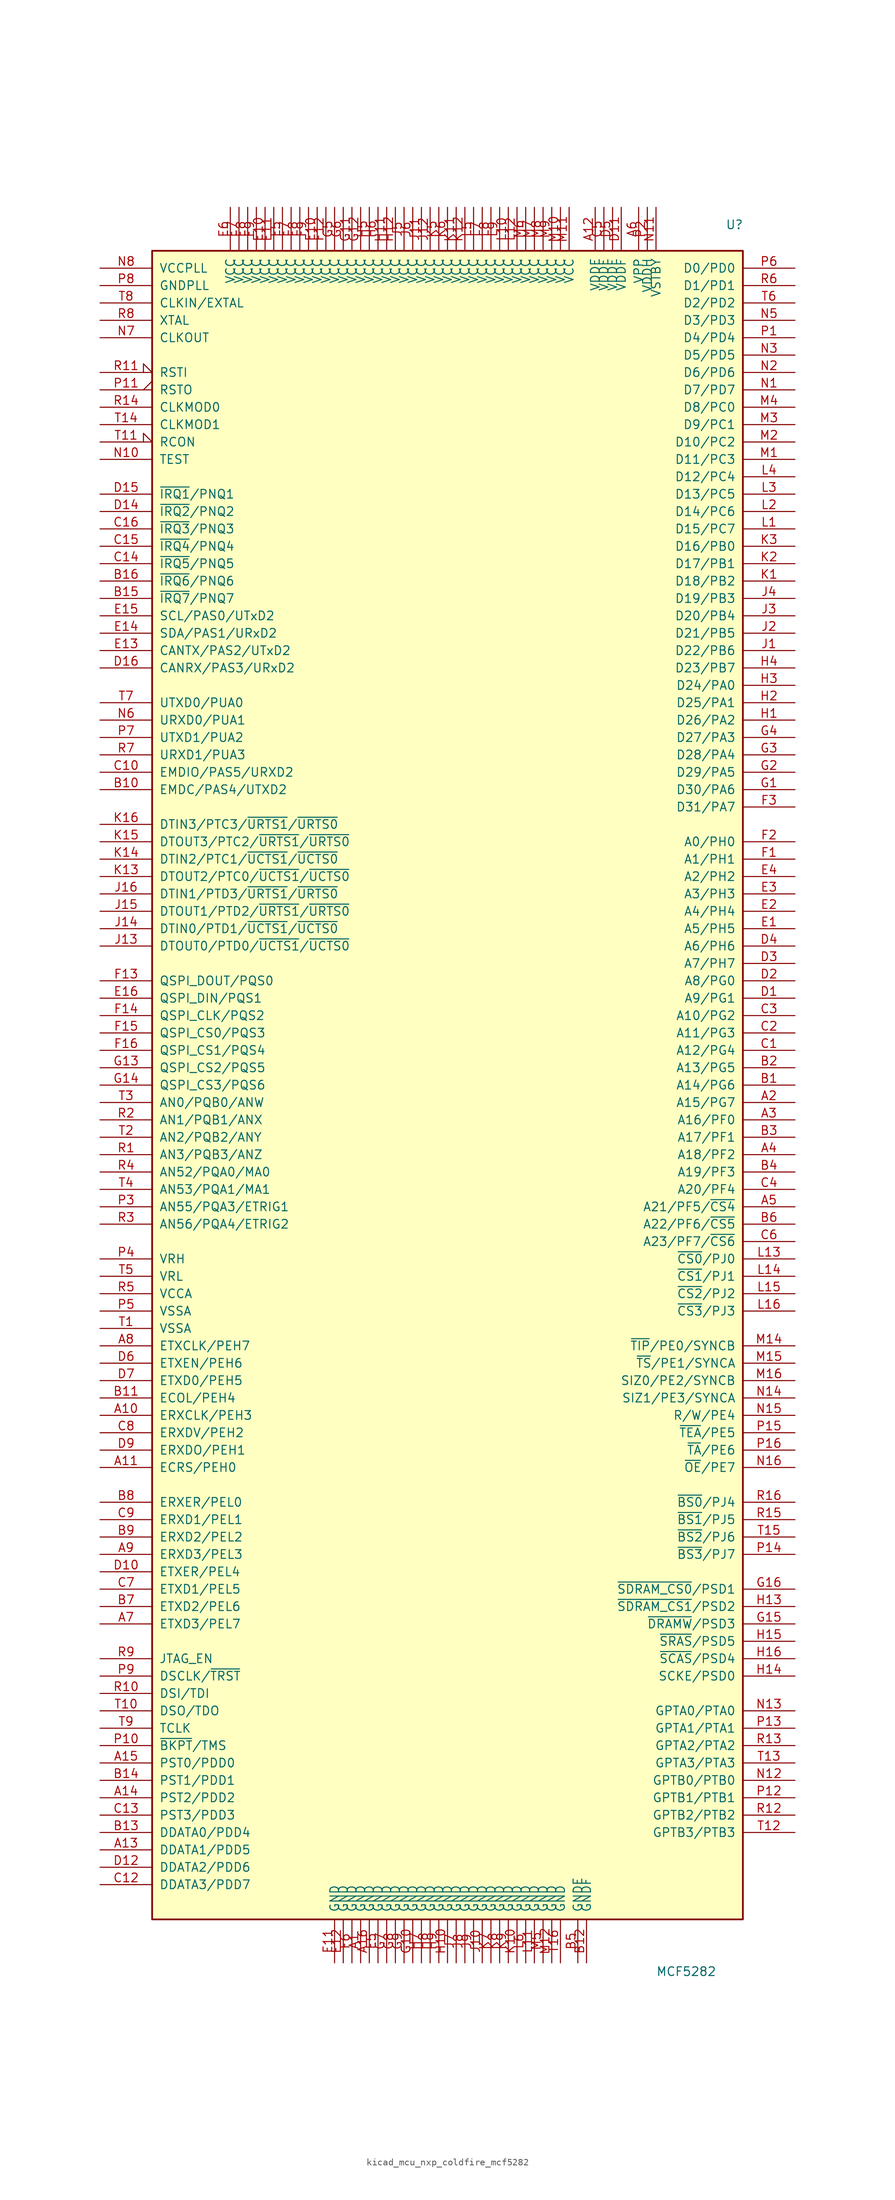
<source format=kicad_sym>
(kicad_symbol_lib
  (version 20220914)
  (generator kicad_symbol_editor)
  (symbol "kicad_mcu_nxp_coldfire_mcf5282"
    (pin_names
      (offset 1.016))
    (property "Reference" "U"
      (at 40.64 125.73 0)
      (effects (font (size 1.27 1.27)) (justify left)))
    (property "Value" "MCF5282"
      (at 30.48 -129.54 0)
      (effects (font (size 1.27 1.27)) (justify left)))
    (symbol "kicad_mcu_nxp_coldfire_mcf5282_0_1"
      (rectangle (start -43.18 121.92) (end 43.18 -121.92) (stroke (width 0.254) (type default)) (fill (type background))))
    (symbol "kicad_mcu_nxp_coldfire_mcf5282_1_1"
      (pin power_in line (at -12.7 -128.27 90) (length 6.35) (name "GND" (effects (font (size 1.27 1.27)))) (number "A1" (effects (font (size 1.27 1.27)))))
      (pin bidirectional line (at -50.8 -48.26 0) (length 7.62) (name "ERXCLK/PEH3" (effects (font (size 1.27 1.27)))) (number "A10" (effects (font (size 1.27 1.27)))))
      (pin bidirectional line (at -50.8 -55.88 0) (length 7.62) (name "ECRS/PEH0" (effects (font (size 1.27 1.27)))) (number "A11" (effects (font (size 1.27 1.27)))))
      (pin power_in line (at 21.59 128.27 270) (length 6.35) (name "VDDF" (effects (font (size 1.27 1.27)))) (number "A12" (effects (font (size 1.27 1.27)))))
      (pin output line (at -50.8 -111.76 0) (length 7.62) (name "DDATA1/PDD5" (effects (font (size 1.27 1.27)))) (number "A13" (effects (font (size 1.27 1.27)))))
      (pin output line (at -50.8 -104.14 0) (length 7.62) (name "PST2/PDD2" (effects (font (size 1.27 1.27)))) (number "A14" (effects (font (size 1.27 1.27)))))
      (pin output line (at -50.8 -99.06 0) (length 7.62) (name "PST0/PDD0" (effects (font (size 1.27 1.27)))) (number "A15" (effects (font (size 1.27 1.27)))))
      (pin power_in line (at -11.43 -128.27 90) (length 6.35) (name "GND" (effects (font (size 1.27 1.27)))) (number "A16" (effects (font (size 1.27 1.27)))))
      (pin bidirectional line (at 50.8 -2.54 180) (length 7.62) (name "A15/PG7" (effects (font (size 1.27 1.27)))) (number "A2" (effects (font (size 1.27 1.27)))))
      (pin bidirectional line (at 50.8 -5.08 180) (length 7.62) (name "A16/PF0" (effects (font (size 1.27 1.27)))) (number "A3" (effects (font (size 1.27 1.27)))))
      (pin bidirectional line (at 50.8 -10.16 180) (length 7.62) (name "A18/PF2" (effects (font (size 1.27 1.27)))) (number "A4" (effects (font (size 1.27 1.27)))))
      (pin bidirectional line (at 50.8 -17.78 180) (length 7.62) (name "A21/PF5/~{CS4}" (effects (font (size 1.27 1.27)))) (number "A5" (effects (font (size 1.27 1.27)))))
      (pin power_in line (at 27.94 128.27 270) (length 6.35) (name "VPP" (effects (font (size 1.27 1.27)))) (number "A6" (effects (font (size 1.27 1.27)))))
      (pin bidirectional line (at -50.8 -78.74 0) (length 7.62) (name "ETXD3/PEL7" (effects (font (size 1.27 1.27)))) (number "A7" (effects (font (size 1.27 1.27)))))
      (pin bidirectional line (at -50.8 -38.1 0) (length 7.62) (name "ETXCLK/PEH7" (effects (font (size 1.27 1.27)))) (number "A8" (effects (font (size 1.27 1.27)))))
      (pin bidirectional line (at -50.8 -68.58 0) (length 7.62) (name "ERXD3/PEL3" (effects (font (size 1.27 1.27)))) (number "A9" (effects (font (size 1.27 1.27)))))
      (pin bidirectional line (at 50.8 0 180) (length 7.62) (name "A14/PG6" (effects (font (size 1.27 1.27)))) (number "B1" (effects (font (size 1.27 1.27)))))
      (pin input line (at -50.8 43.18 0) (length 7.62) (name "EMDC/PAS4/UTXD2" (effects (font (size 1.27 1.27)))) (number "B10" (effects (font (size 1.27 1.27)))))
      (pin bidirectional line (at -50.8 -45.72 0) (length 7.62) (name "ECOL/PEH4" (effects (font (size 1.27 1.27)))) (number "B11" (effects (font (size 1.27 1.27)))))
      (pin power_in line (at 20.32 -128.27 90) (length 6.35) (name "GNDF" (effects (font (size 1.27 1.27)))) (number "B12" (effects (font (size 1.27 1.27)))))
      (pin output line (at -50.8 -109.22 0) (length 7.62) (name "DDATA0/PDD4" (effects (font (size 1.27 1.27)))) (number "B13" (effects (font (size 1.27 1.27)))))
      (pin output line (at -50.8 -101.6 0) (length 7.62) (name "PST1/PDD1" (effects (font (size 1.27 1.27)))) (number "B14" (effects (font (size 1.27 1.27)))))
      (pin bidirectional line (at -50.8 71.12 0) (length 7.62) (name "~{IRQ7}/PNQ7" (effects (font (size 1.27 1.27)))) (number "B15" (effects (font (size 1.27 1.27)))))
      (pin bidirectional line (at -50.8 73.66 0) (length 7.62) (name "~{IRQ6}/PNQ6" (effects (font (size 1.27 1.27)))) (number "B16" (effects (font (size 1.27 1.27)))))
      (pin bidirectional line (at 50.8 2.54 180) (length 7.62) (name "A13/PG5" (effects (font (size 1.27 1.27)))) (number "B2" (effects (font (size 1.27 1.27)))))
      (pin bidirectional line (at 50.8 -7.62 180) (length 7.62) (name "A17/PF1" (effects (font (size 1.27 1.27)))) (number "B3" (effects (font (size 1.27 1.27)))))
      (pin bidirectional line (at 50.8 -12.7 180) (length 7.62) (name "A19/PF3" (effects (font (size 1.27 1.27)))) (number "B4" (effects (font (size 1.27 1.27)))))
      (pin passive line (at 19.05 -128.27 90) (length 6.35) (name "GNDF" (effects (font (size 1.27 1.27)))) (number "B5" (effects (font (size 1.27 1.27)))))
      (pin bidirectional line (at 50.8 -20.32 180) (length 7.62) (name "A22/PF6/~{CS5}" (effects (font (size 1.27 1.27)))) (number "B6" (effects (font (size 1.27 1.27)))))
      (pin bidirectional line (at -50.8 -76.2 0) (length 7.62) (name "ETXD2/PEL6" (effects (font (size 1.27 1.27)))) (number "B7" (effects (font (size 1.27 1.27)))))
      (pin bidirectional line (at -50.8 -60.96 0) (length 7.62) (name "ERXER/PEL0" (effects (font (size 1.27 1.27)))) (number "B8" (effects (font (size 1.27 1.27)))))
      (pin bidirectional line (at -50.8 -66.04 0) (length 7.62) (name "ERXD2/PEL2" (effects (font (size 1.27 1.27)))) (number "B9" (effects (font (size 1.27 1.27)))))
      (pin bidirectional line (at 50.8 5.08 180) (length 7.62) (name "A12/PG4" (effects (font (size 1.27 1.27)))) (number "C1" (effects (font (size 1.27 1.27)))))
      (pin bidirectional line (at -50.8 45.72 0) (length 7.62) (name "EMDIO/PAS5/URXD2" (effects (font (size 1.27 1.27)))) (number "C10" (effects (font (size 1.27 1.27)))))
      (pin output line (at -50.8 -116.84 0) (length 7.62) (name "DDATA3/PDD7" (effects (font (size 1.27 1.27)))) (number "C12" (effects (font (size 1.27 1.27)))))
      (pin output line (at -50.8 -106.68 0) (length 7.62) (name "PST3/PDD3" (effects (font (size 1.27 1.27)))) (number "C13" (effects (font (size 1.27 1.27)))))
      (pin bidirectional line (at -50.8 76.2 0) (length 7.62) (name "~{IRQ5}/PNQ5" (effects (font (size 1.27 1.27)))) (number "C14" (effects (font (size 1.27 1.27)))))
      (pin bidirectional line (at -50.8 78.74 0) (length 7.62) (name "~{IRQ4}/PNQ4" (effects (font (size 1.27 1.27)))) (number "C15" (effects (font (size 1.27 1.27)))))
      (pin bidirectional line (at -50.8 81.28 0) (length 7.62) (name "~{IRQ3}/PNQ3" (effects (font (size 1.27 1.27)))) (number "C16" (effects (font (size 1.27 1.27)))))
      (pin bidirectional line (at 50.8 7.62 180) (length 7.62) (name "A11/PG3" (effects (font (size 1.27 1.27)))) (number "C2" (effects (font (size 1.27 1.27)))))
      (pin bidirectional line (at 50.8 10.16 180) (length 7.62) (name "A10/PG2" (effects (font (size 1.27 1.27)))) (number "C3" (effects (font (size 1.27 1.27)))))
      (pin bidirectional line (at 50.8 -15.24 180) (length 7.62) (name "A20/PF4" (effects (font (size 1.27 1.27)))) (number "C4" (effects (font (size 1.27 1.27)))))
      (pin power_in line (at 22.86 128.27 270) (length 6.35) (name "VDDF" (effects (font (size 1.27 1.27)))) (number "C5" (effects (font (size 1.27 1.27)))))
      (pin bidirectional line (at 50.8 -22.86 180) (length 7.62) (name "A23/PF7/~{CS6}" (effects (font (size 1.27 1.27)))) (number "C6" (effects (font (size 1.27 1.27)))))
      (pin bidirectional line (at -50.8 -73.66 0) (length 7.62) (name "ETXD1/PEL5" (effects (font (size 1.27 1.27)))) (number "C7" (effects (font (size 1.27 1.27)))))
      (pin bidirectional line (at -50.8 -50.8 0) (length 7.62) (name "ERXDV/PEH2" (effects (font (size 1.27 1.27)))) (number "C8" (effects (font (size 1.27 1.27)))))
      (pin bidirectional line (at -50.8 -63.5 0) (length 7.62) (name "ERXD1/PEL1" (effects (font (size 1.27 1.27)))) (number "C9" (effects (font (size 1.27 1.27)))))
      (pin bidirectional line (at 50.8 12.7 180) (length 7.62) (name "A9/PG1" (effects (font (size 1.27 1.27)))) (number "D1" (effects (font (size 1.27 1.27)))))
      (pin bidirectional line (at -50.8 -71.12 0) (length 7.62) (name "ETXER/PEL4" (effects (font (size 1.27 1.27)))) (number "D10" (effects (font (size 1.27 1.27)))))
      (pin power_in line (at 25.4 128.27 270) (length 6.35) (name "VDDF" (effects (font (size 1.27 1.27)))) (number "D11" (effects (font (size 1.27 1.27)))))
      (pin output line (at -50.8 -114.3 0) (length 7.62) (name "DDATA2/PDD6" (effects (font (size 1.27 1.27)))) (number "D12" (effects (font (size 1.27 1.27)))))
      (pin bidirectional line (at -50.8 83.82 0) (length 7.62) (name "~{IRQ2}/PNQ2" (effects (font (size 1.27 1.27)))) (number "D14" (effects (font (size 1.27 1.27)))))
      (pin bidirectional line (at -50.8 86.36 0) (length 7.62) (name "~{IRQ1}/PNQ1" (effects (font (size 1.27 1.27)))) (number "D15" (effects (font (size 1.27 1.27)))))
      (pin bidirectional line (at -50.8 60.96 0) (length 7.62) (name "CANRX/PAS3/URxD2" (effects (font (size 1.27 1.27)))) (number "D16" (effects (font (size 1.27 1.27)))))
      (pin bidirectional line (at 50.8 15.24 180) (length 7.62) (name "A8/PG0" (effects (font (size 1.27 1.27)))) (number "D2" (effects (font (size 1.27 1.27)))))
      (pin bidirectional line (at 50.8 17.78 180) (length 7.62) (name "A7/PH7" (effects (font (size 1.27 1.27)))) (number "D3" (effects (font (size 1.27 1.27)))))
      (pin bidirectional line (at 50.8 20.32 180) (length 7.62) (name "A6/PH6" (effects (font (size 1.27 1.27)))) (number "D4" (effects (font (size 1.27 1.27)))))
      (pin power_in line (at 24.13 128.27 270) (length 6.35) (name "VDDF" (effects (font (size 1.27 1.27)))) (number "D5" (effects (font (size 1.27 1.27)))))
      (pin bidirectional line (at -50.8 -40.64 0) (length 7.62) (name "ETXEN/PEH6" (effects (font (size 1.27 1.27)))) (number "D6" (effects (font (size 1.27 1.27)))))
      (pin bidirectional line (at -50.8 -43.18 0) (length 7.62) (name "ETXD0/PEH5" (effects (font (size 1.27 1.27)))) (number "D7" (effects (font (size 1.27 1.27)))))
      (pin bidirectional line (at -50.8 -53.34 0) (length 7.62) (name "ERXDO/PEH1" (effects (font (size 1.27 1.27)))) (number "D9" (effects (font (size 1.27 1.27)))))
      (pin bidirectional line (at 50.8 22.86 180) (length 7.62) (name "A5/PH5" (effects (font (size 1.27 1.27)))) (number "E1" (effects (font (size 1.27 1.27)))))
      (pin power_in line (at -26.67 128.27 270) (length 6.35) (name "VCC" (effects (font (size 1.27 1.27)))) (number "E10" (effects (font (size 1.27 1.27)))))
      (pin power_in line (at -25.4 128.27 270) (length 6.35) (name "VCC" (effects (font (size 1.27 1.27)))) (number "E11" (effects (font (size 1.27 1.27)))))
      (pin power_in line (at -15.24 -128.27 90) (length 6.35) (name "GND" (effects (font (size 1.27 1.27)))) (number "E12" (effects (font (size 1.27 1.27)))))
      (pin bidirectional line (at -50.8 63.5 0) (length 7.62) (name "CANTX/PAS2/UTxD2" (effects (font (size 1.27 1.27)))) (number "E13" (effects (font (size 1.27 1.27)))))
      (pin bidirectional line (at -50.8 66.04 0) (length 7.62) (name "SDA/PAS1/URxD2" (effects (font (size 1.27 1.27)))) (number "E14" (effects (font (size 1.27 1.27)))))
      (pin bidirectional line (at -50.8 68.58 0) (length 7.62) (name "SCL/PAS0/UTxD2" (effects (font (size 1.27 1.27)))) (number "E15" (effects (font (size 1.27 1.27)))))
      (pin bidirectional line (at -50.8 12.7 0) (length 7.62) (name "QSPI_DIN/PQS1" (effects (font (size 1.27 1.27)))) (number "E16" (effects (font (size 1.27 1.27)))))
      (pin bidirectional line (at 50.8 25.4 180) (length 7.62) (name "A4/PH4" (effects (font (size 1.27 1.27)))) (number "E2" (effects (font (size 1.27 1.27)))))
      (pin bidirectional line (at 50.8 27.94 180) (length 7.62) (name "A3/PH3" (effects (font (size 1.27 1.27)))) (number "E3" (effects (font (size 1.27 1.27)))))
      (pin bidirectional line (at 50.8 30.48 180) (length 7.62) (name "A2/PH2" (effects (font (size 1.27 1.27)))) (number "E4" (effects (font (size 1.27 1.27)))))
      (pin power_in line (at -10.16 -128.27 90) (length 6.35) (name "GND" (effects (font (size 1.27 1.27)))) (number "E5" (effects (font (size 1.27 1.27)))))
      (pin power_in line (at -31.75 128.27 270) (length 6.35) (name "VCC" (effects (font (size 1.27 1.27)))) (number "E6" (effects (font (size 1.27 1.27)))))
      (pin power_in line (at -30.48 128.27 270) (length 6.35) (name "VCC" (effects (font (size 1.27 1.27)))) (number "E7" (effects (font (size 1.27 1.27)))))
      (pin power_in line (at -29.21 128.27 270) (length 6.35) (name "VCC" (effects (font (size 1.27 1.27)))) (number "E8" (effects (font (size 1.27 1.27)))))
      (pin power_in line (at -27.94 128.27 270) (length 6.35) (name "VCC" (effects (font (size 1.27 1.27)))) (number "E9" (effects (font (size 1.27 1.27)))))
      (pin bidirectional line (at 50.8 33.02 180) (length 7.62) (name "A1/PH1" (effects (font (size 1.27 1.27)))) (number "F1" (effects (font (size 1.27 1.27)))))
      (pin power_in line (at -19.05 128.27 270) (length 6.35) (name "VCC" (effects (font (size 1.27 1.27)))) (number "F10" (effects (font (size 1.27 1.27)))))
      (pin power_in line (at -16.51 -128.27 90) (length 6.35) (name "GND" (effects (font (size 1.27 1.27)))) (number "F11" (effects (font (size 1.27 1.27)))))
      (pin power_in line (at -17.78 128.27 270) (length 6.35) (name "VCC" (effects (font (size 1.27 1.27)))) (number "F12" (effects (font (size 1.27 1.27)))))
      (pin bidirectional line (at -50.8 15.24 0) (length 7.62) (name "QSPI_DOUT/PQS0" (effects (font (size 1.27 1.27)))) (number "F13" (effects (font (size 1.27 1.27)))))
      (pin bidirectional line (at -50.8 10.16 0) (length 7.62) (name "QSPI_CLK/PQS2" (effects (font (size 1.27 1.27)))) (number "F14" (effects (font (size 1.27 1.27)))))
      (pin bidirectional line (at -50.8 7.62 0) (length 7.62) (name "QSPI_CS0/PQS3" (effects (font (size 1.27 1.27)))) (number "F15" (effects (font (size 1.27 1.27)))))
      (pin bidirectional line (at -50.8 5.08 0) (length 7.62) (name "QSPI_CS1/PQS4" (effects (font (size 1.27 1.27)))) (number "F16" (effects (font (size 1.27 1.27)))))
      (pin bidirectional line (at 50.8 35.56 180) (length 7.62) (name "A0/PH0" (effects (font (size 1.27 1.27)))) (number "F2" (effects (font (size 1.27 1.27)))))
      (pin bidirectional line (at 50.8 40.64 180) (length 7.62) (name "D31/PA7" (effects (font (size 1.27 1.27)))) (number "F3" (effects (font (size 1.27 1.27)))))
      (pin power_in line (at -24.13 128.27 270) (length 6.35) (name "VCC" (effects (font (size 1.27 1.27)))) (number "F5" (effects (font (size 1.27 1.27)))))
      (pin power_in line (at -13.97 -128.27 90) (length 6.35) (name "GND" (effects (font (size 1.27 1.27)))) (number "F6" (effects (font (size 1.27 1.27)))))
      (pin power_in line (at -22.86 128.27 270) (length 6.35) (name "VCC" (effects (font (size 1.27 1.27)))) (number "F7" (effects (font (size 1.27 1.27)))))
      (pin power_in line (at -21.59 128.27 270) (length 6.35) (name "VCC" (effects (font (size 1.27 1.27)))) (number "F8" (effects (font (size 1.27 1.27)))))
      (pin power_in line (at -20.32 128.27 270) (length 6.35) (name "VCC" (effects (font (size 1.27 1.27)))) (number "F9" (effects (font (size 1.27 1.27)))))
      (pin bidirectional line (at 50.8 43.18 180) (length 7.62) (name "D30/PA6" (effects (font (size 1.27 1.27)))) (number "G1" (effects (font (size 1.27 1.27)))))
      (pin power_in line (at -5.08 -128.27 90) (length 6.35) (name "GND" (effects (font (size 1.27 1.27)))) (number "G10" (effects (font (size 1.27 1.27)))))
      (pin power_in line (at -13.97 128.27 270) (length 6.35) (name "VCC" (effects (font (size 1.27 1.27)))) (number "G11" (effects (font (size 1.27 1.27)))))
      (pin power_in line (at -12.7 128.27 270) (length 6.35) (name "VCC" (effects (font (size 1.27 1.27)))) (number "G12" (effects (font (size 1.27 1.27)))))
      (pin bidirectional line (at -50.8 2.54 0) (length 7.62) (name "QSPI_CS2/PQS5" (effects (font (size 1.27 1.27)))) (number "G13" (effects (font (size 1.27 1.27)))))
      (pin bidirectional line (at -50.8 0 0) (length 7.62) (name "QSPI_CS3/PQS6" (effects (font (size 1.27 1.27)))) (number "G14" (effects (font (size 1.27 1.27)))))
      (pin bidirectional line (at 50.8 -78.74 180) (length 7.62) (name "~{DRAMW}/PSD3" (effects (font (size 1.27 1.27)))) (number "G15" (effects (font (size 1.27 1.27)))))
      (pin bidirectional line (at 50.8 -73.66 180) (length 7.62) (name "~{SDRAM_CS0}/PSD1" (effects (font (size 1.27 1.27)))) (number "G16" (effects (font (size 1.27 1.27)))))
      (pin bidirectional line (at 50.8 45.72 180) (length 7.62) (name "D29/PA5" (effects (font (size 1.27 1.27)))) (number "G2" (effects (font (size 1.27 1.27)))))
      (pin bidirectional line (at 50.8 48.26 180) (length 7.62) (name "D28/PA4" (effects (font (size 1.27 1.27)))) (number "G3" (effects (font (size 1.27 1.27)))))
      (pin bidirectional line (at 50.8 50.8 180) (length 7.62) (name "D27/PA3" (effects (font (size 1.27 1.27)))) (number "G4" (effects (font (size 1.27 1.27)))))
      (pin power_in line (at -16.51 128.27 270) (length 6.35) (name "VCC" (effects (font (size 1.27 1.27)))) (number "G5" (effects (font (size 1.27 1.27)))))
      (pin power_in line (at -15.24 128.27 270) (length 6.35) (name "VCC" (effects (font (size 1.27 1.27)))) (number "G6" (effects (font (size 1.27 1.27)))))
      (pin power_in line (at -8.89 -128.27 90) (length 6.35) (name "GND" (effects (font (size 1.27 1.27)))) (number "G7" (effects (font (size 1.27 1.27)))))
      (pin power_in line (at -7.62 -128.27 90) (length 6.35) (name "GND" (effects (font (size 1.27 1.27)))) (number "G8" (effects (font (size 1.27 1.27)))))
      (pin power_in line (at -6.35 -128.27 90) (length 6.35) (name "GND" (effects (font (size 1.27 1.27)))) (number "G9" (effects (font (size 1.27 1.27)))))
      (pin bidirectional line (at 50.8 53.34 180) (length 7.62) (name "D26/PA2" (effects (font (size 1.27 1.27)))) (number "H1" (effects (font (size 1.27 1.27)))))
      (pin power_in line (at 0 -128.27 90) (length 6.35) (name "GND" (effects (font (size 1.27 1.27)))) (number "H10" (effects (font (size 1.27 1.27)))))
      (pin power_in line (at -8.89 128.27 270) (length 6.35) (name "VCC" (effects (font (size 1.27 1.27)))) (number "H11" (effects (font (size 1.27 1.27)))))
      (pin power_in line (at -7.62 128.27 270) (length 6.35) (name "VCC" (effects (font (size 1.27 1.27)))) (number "H12" (effects (font (size 1.27 1.27)))))
      (pin output line (at 50.8 -76.2 180) (length 7.62) (name "~{SDRAM_CS1}/PSD2" (effects (font (size 1.27 1.27)))) (number "H13" (effects (font (size 1.27 1.27)))))
      (pin bidirectional line (at 50.8 -86.36 180) (length 7.62) (name "SCKE/PSD0" (effects (font (size 1.27 1.27)))) (number "H14" (effects (font (size 1.27 1.27)))))
      (pin bidirectional line (at 50.8 -81.28 180) (length 7.62) (name "~{SRAS}/PSD5" (effects (font (size 1.27 1.27)))) (number "H15" (effects (font (size 1.27 1.27)))))
      (pin bidirectional line (at 50.8 -83.82 180) (length 7.62) (name "~{SCAS}/PSD4" (effects (font (size 1.27 1.27)))) (number "H16" (effects (font (size 1.27 1.27)))))
      (pin bidirectional line (at 50.8 55.88 180) (length 7.62) (name "D25/PA1" (effects (font (size 1.27 1.27)))) (number "H2" (effects (font (size 1.27 1.27)))))
      (pin bidirectional line (at 50.8 58.42 180) (length 7.62) (name "D24/PA0" (effects (font (size 1.27 1.27)))) (number "H3" (effects (font (size 1.27 1.27)))))
      (pin bidirectional line (at 50.8 60.96 180) (length 7.62) (name "D23/PB7" (effects (font (size 1.27 1.27)))) (number "H4" (effects (font (size 1.27 1.27)))))
      (pin power_in line (at -11.43 128.27 270) (length 6.35) (name "VCC" (effects (font (size 1.27 1.27)))) (number "H5" (effects (font (size 1.27 1.27)))))
      (pin power_in line (at -10.16 128.27 270) (length 6.35) (name "VCC" (effects (font (size 1.27 1.27)))) (number "H6" (effects (font (size 1.27 1.27)))))
      (pin power_in line (at -3.81 -128.27 90) (length 6.35) (name "GND" (effects (font (size 1.27 1.27)))) (number "H7" (effects (font (size 1.27 1.27)))))
      (pin power_in line (at -2.54 -128.27 90) (length 6.35) (name "GND" (effects (font (size 1.27 1.27)))) (number "H8" (effects (font (size 1.27 1.27)))))
      (pin power_in line (at -1.27 -128.27 90) (length 6.35) (name "GND" (effects (font (size 1.27 1.27)))) (number "H9" (effects (font (size 1.27 1.27)))))
      (pin bidirectional line (at 50.8 63.5 180) (length 7.62) (name "D22/PB6" (effects (font (size 1.27 1.27)))) (number "J1" (effects (font (size 1.27 1.27)))))
      (pin power_in line (at 5.08 -128.27 90) (length 6.35) (name "GND" (effects (font (size 1.27 1.27)))) (number "J10" (effects (font (size 1.27 1.27)))))
      (pin power_in line (at -3.81 128.27 270) (length 6.35) (name "VCC" (effects (font (size 1.27 1.27)))) (number "J11" (effects (font (size 1.27 1.27)))))
      (pin power_in line (at -2.54 128.27 270) (length 6.35) (name "VCC" (effects (font (size 1.27 1.27)))) (number "J12" (effects (font (size 1.27 1.27)))))
      (pin input line (at -50.8 20.32 0) (length 7.62) (name "DTOUT0/PTD0/~{UCTS1}/~{UCTS0}" (effects (font (size 1.27 1.27)))) (number "J13" (effects (font (size 1.27 1.27)))))
      (pin bidirectional line (at -50.8 22.86 0) (length 7.62) (name "DTIN0/PTD1/~{UCTS1}/~{UCTS0}" (effects (font (size 1.27 1.27)))) (number "J14" (effects (font (size 1.27 1.27)))))
      (pin bidirectional line (at -50.8 25.4 0) (length 7.62) (name "DTOUT1/PTD2/~{URTS1}/~{URTS0}" (effects (font (size 1.27 1.27)))) (number "J15" (effects (font (size 1.27 1.27)))))
      (pin bidirectional line (at -50.8 27.94 0) (length 7.62) (name "DTIN1/PTD3/~{URTS1}/~{URTS0}" (effects (font (size 1.27 1.27)))) (number "J16" (effects (font (size 1.27 1.27)))))
      (pin bidirectional line (at 50.8 66.04 180) (length 7.62) (name "D21/PB5" (effects (font (size 1.27 1.27)))) (number "J2" (effects (font (size 1.27 1.27)))))
      (pin bidirectional line (at 50.8 68.58 180) (length 7.62) (name "D20/PB4" (effects (font (size 1.27 1.27)))) (number "J3" (effects (font (size 1.27 1.27)))))
      (pin bidirectional line (at 50.8 71.12 180) (length 7.62) (name "D19/PB3" (effects (font (size 1.27 1.27)))) (number "J4" (effects (font (size 1.27 1.27)))))
      (pin power_in line (at -6.35 128.27 270) (length 6.35) (name "VCC" (effects (font (size 1.27 1.27)))) (number "J5" (effects (font (size 1.27 1.27)))))
      (pin power_in line (at -5.08 128.27 270) (length 6.35) (name "VCC" (effects (font (size 1.27 1.27)))) (number "J6" (effects (font (size 1.27 1.27)))))
      (pin power_in line (at 1.27 -128.27 90) (length 6.35) (name "GND" (effects (font (size 1.27 1.27)))) (number "J7" (effects (font (size 1.27 1.27)))))
      (pin power_in line (at 2.54 -128.27 90) (length 6.35) (name "GND" (effects (font (size 1.27 1.27)))) (number "J8" (effects (font (size 1.27 1.27)))))
      (pin power_in line (at 3.81 -128.27 90) (length 6.35) (name "GND" (effects (font (size 1.27 1.27)))) (number "J9" (effects (font (size 1.27 1.27)))))
      (pin bidirectional line (at 50.8 73.66 180) (length 7.62) (name "D18/PB2" (effects (font (size 1.27 1.27)))) (number "K1" (effects (font (size 1.27 1.27)))))
      (pin power_in line (at 10.16 -128.27 90) (length 6.35) (name "GND" (effects (font (size 1.27 1.27)))) (number "K10" (effects (font (size 1.27 1.27)))))
      (pin power_in line (at 1.27 128.27 270) (length 6.35) (name "VCC" (effects (font (size 1.27 1.27)))) (number "K11" (effects (font (size 1.27 1.27)))))
      (pin power_in line (at 2.54 128.27 270) (length 6.35) (name "VCC" (effects (font (size 1.27 1.27)))) (number "K12" (effects (font (size 1.27 1.27)))))
      (pin bidirectional line (at -50.8 30.48 0) (length 7.62) (name "DTOUT2/PTC0/~{UCTS1}/~{UCTS0}" (effects (font (size 1.27 1.27)))) (number "K13" (effects (font (size 1.27 1.27)))))
      (pin bidirectional line (at -50.8 33.02 0) (length 7.62) (name "DTIN2/PTC1/~{UCTS1}/~{UCTS0}" (effects (font (size 1.27 1.27)))) (number "K14" (effects (font (size 1.27 1.27)))))
      (pin bidirectional line (at -50.8 35.56 0) (length 7.62) (name "DTOUT3/PTC2/~{URTS1}/~{URTS0}" (effects (font (size 1.27 1.27)))) (number "K15" (effects (font (size 1.27 1.27)))))
      (pin bidirectional line (at -50.8 38.1 0) (length 7.62) (name "DTIN3/PTC3/~{URTS1}/~{URTS0}" (effects (font (size 1.27 1.27)))) (number "K16" (effects (font (size 1.27 1.27)))))
      (pin bidirectional line (at 50.8 76.2 180) (length 7.62) (name "D17/PB1" (effects (font (size 1.27 1.27)))) (number "K2" (effects (font (size 1.27 1.27)))))
      (pin bidirectional line (at 50.8 78.74 180) (length 7.62) (name "D16/PB0" (effects (font (size 1.27 1.27)))) (number "K3" (effects (font (size 1.27 1.27)))))
      (pin power_in line (at -1.27 128.27 270) (length 6.35) (name "VCC" (effects (font (size 1.27 1.27)))) (number "K5" (effects (font (size 1.27 1.27)))))
      (pin power_in line (at 0 128.27 270) (length 6.35) (name "VCC" (effects (font (size 1.27 1.27)))) (number "K6" (effects (font (size 1.27 1.27)))))
      (pin power_in line (at 6.35 -128.27 90) (length 6.35) (name "GND" (effects (font (size 1.27 1.27)))) (number "K7" (effects (font (size 1.27 1.27)))))
      (pin power_in line (at 7.62 -128.27 90) (length 6.35) (name "GND" (effects (font (size 1.27 1.27)))) (number "K8" (effects (font (size 1.27 1.27)))))
      (pin power_in line (at 8.89 -128.27 90) (length 6.35) (name "GND" (effects (font (size 1.27 1.27)))) (number "K9" (effects (font (size 1.27 1.27)))))
      (pin bidirectional line (at 50.8 81.28 180) (length 7.62) (name "D15/PC7" (effects (font (size 1.27 1.27)))) (number "L1" (effects (font (size 1.27 1.27)))))
      (pin power_in line (at 8.89 128.27 270) (length 6.35) (name "VCC" (effects (font (size 1.27 1.27)))) (number "L10" (effects (font (size 1.27 1.27)))))
      (pin power_in line (at 12.7 -128.27 90) (length 6.35) (name "GND" (effects (font (size 1.27 1.27)))) (number "L11" (effects (font (size 1.27 1.27)))))
      (pin power_in line (at 10.16 128.27 270) (length 6.35) (name "VCC" (effects (font (size 1.27 1.27)))) (number "L12" (effects (font (size 1.27 1.27)))))
      (pin bidirectional line (at 50.8 -25.4 180) (length 7.62) (name "~{CS0}/PJ0" (effects (font (size 1.27 1.27)))) (number "L13" (effects (font (size 1.27 1.27)))))
      (pin bidirectional line (at 50.8 -27.94 180) (length 7.62) (name "~{CS1}/PJ1" (effects (font (size 1.27 1.27)))) (number "L14" (effects (font (size 1.27 1.27)))))
      (pin bidirectional line (at 50.8 -30.48 180) (length 7.62) (name "~{CS2}/PJ2" (effects (font (size 1.27 1.27)))) (number "L15" (effects (font (size 1.27 1.27)))))
      (pin bidirectional line (at 50.8 -33.02 180) (length 7.62) (name "~{CS3}/PJ3" (effects (font (size 1.27 1.27)))) (number "L16" (effects (font (size 1.27 1.27)))))
      (pin bidirectional line (at 50.8 83.82 180) (length 7.62) (name "D14/PC6" (effects (font (size 1.27 1.27)))) (number "L2" (effects (font (size 1.27 1.27)))))
      (pin bidirectional line (at 50.8 86.36 180) (length 7.62) (name "D13/PC5" (effects (font (size 1.27 1.27)))) (number "L3" (effects (font (size 1.27 1.27)))))
      (pin bidirectional line (at 50.8 88.9 180) (length 7.62) (name "D12/PC4" (effects (font (size 1.27 1.27)))) (number "L4" (effects (font (size 1.27 1.27)))))
      (pin power_in line (at 3.81 128.27 270) (length 6.35) (name "VCC" (effects (font (size 1.27 1.27)))) (number "L5" (effects (font (size 1.27 1.27)))))
      (pin power_in line (at 11.43 -128.27 90) (length 6.35) (name "GND" (effects (font (size 1.27 1.27)))) (number "L6" (effects (font (size 1.27 1.27)))))
      (pin power_in line (at 5.08 128.27 270) (length 6.35) (name "VCC" (effects (font (size 1.27 1.27)))) (number "L7" (effects (font (size 1.27 1.27)))))
      (pin power_in line (at 6.35 128.27 270) (length 6.35) (name "VCC" (effects (font (size 1.27 1.27)))) (number "L8" (effects (font (size 1.27 1.27)))))
      (pin power_in line (at 7.62 128.27 270) (length 6.35) (name "VCC" (effects (font (size 1.27 1.27)))) (number "L9" (effects (font (size 1.27 1.27)))))
      (pin bidirectional line (at 50.8 91.44 180) (length 7.62) (name "D11/PC3" (effects (font (size 1.27 1.27)))) (number "M1" (effects (font (size 1.27 1.27)))))
      (pin power_in line (at 16.51 128.27 270) (length 6.35) (name "VCC" (effects (font (size 1.27 1.27)))) (number "M10" (effects (font (size 1.27 1.27)))))
      (pin power_in line (at 17.78 128.27 270) (length 6.35) (name "VCC" (effects (font (size 1.27 1.27)))) (number "M11" (effects (font (size 1.27 1.27)))))
      (pin power_in line (at 15.24 -128.27 90) (length 6.35) (name "GND" (effects (font (size 1.27 1.27)))) (number "M12" (effects (font (size 1.27 1.27)))))
      (pin bidirectional line (at 50.8 -38.1 180) (length 7.62) (name "~{TIP}/PE0/SYNCB" (effects (font (size 1.27 1.27)))) (number "M14" (effects (font (size 1.27 1.27)))))
      (pin bidirectional line (at 50.8 -40.64 180) (length 7.62) (name "~{TS}/PE1/SYNCA" (effects (font (size 1.27 1.27)))) (number "M15" (effects (font (size 1.27 1.27)))))
      (pin bidirectional line (at 50.8 -43.18 180) (length 7.62) (name "SIZ0/PE2/SYNCB" (effects (font (size 1.27 1.27)))) (number "M16" (effects (font (size 1.27 1.27)))))
      (pin bidirectional line (at 50.8 93.98 180) (length 7.62) (name "D10/PC2" (effects (font (size 1.27 1.27)))) (number "M2" (effects (font (size 1.27 1.27)))))
      (pin bidirectional line (at 50.8 96.52 180) (length 7.62) (name "D9/PC1" (effects (font (size 1.27 1.27)))) (number "M3" (effects (font (size 1.27 1.27)))))
      (pin bidirectional line (at 50.8 99.06 180) (length 7.62) (name "D8/PC0" (effects (font (size 1.27 1.27)))) (number "M4" (effects (font (size 1.27 1.27)))))
      (pin power_in line (at 13.97 -128.27 90) (length 6.35) (name "GND" (effects (font (size 1.27 1.27)))) (number "M5" (effects (font (size 1.27 1.27)))))
      (pin power_in line (at 11.43 128.27 270) (length 6.35) (name "VCC" (effects (font (size 1.27 1.27)))) (number "M6" (effects (font (size 1.27 1.27)))))
      (pin power_in line (at 12.7 128.27 270) (length 6.35) (name "VCC" (effects (font (size 1.27 1.27)))) (number "M7" (effects (font (size 1.27 1.27)))))
      (pin power_in line (at 13.97 128.27 270) (length 6.35) (name "VCC" (effects (font (size 1.27 1.27)))) (number "M8" (effects (font (size 1.27 1.27)))))
      (pin power_in line (at 15.24 128.27 270) (length 6.35) (name "VCC" (effects (font (size 1.27 1.27)))) (number "M9" (effects (font (size 1.27 1.27)))))
      (pin bidirectional line (at 50.8 101.6 180) (length 7.62) (name "D7/PD7" (effects (font (size 1.27 1.27)))) (number "N1" (effects (font (size 1.27 1.27)))))
      (pin input line (at -50.8 91.44 0) (length 7.62) (name "TEST" (effects (font (size 1.27 1.27)))) (number "N10" (effects (font (size 1.27 1.27)))))
      (pin power_in line (at 30.48 128.27 270) (length 6.35) (name "VSTBY" (effects (font (size 1.27 1.27)))) (number "N11" (effects (font (size 1.27 1.27)))))
      (pin bidirectional line (at 50.8 -101.6 180) (length 7.62) (name "GPTB0/PTB0" (effects (font (size 1.27 1.27)))) (number "N12" (effects (font (size 1.27 1.27)))))
      (pin bidirectional line (at 50.8 -91.44 180) (length 7.62) (name "GPTA0/PTA0" (effects (font (size 1.27 1.27)))) (number "N13" (effects (font (size 1.27 1.27)))))
      (pin bidirectional line (at 50.8 -45.72 180) (length 7.62) (name "SIZ1/PE3/SYNCA" (effects (font (size 1.27 1.27)))) (number "N14" (effects (font (size 1.27 1.27)))))
      (pin bidirectional line (at 50.8 -48.26 180) (length 7.62) (name "R/W/PE4" (effects (font (size 1.27 1.27)))) (number "N15" (effects (font (size 1.27 1.27)))))
      (pin bidirectional line (at 50.8 -55.88 180) (length 7.62) (name "~{OE}/PE7" (effects (font (size 1.27 1.27)))) (number "N16" (effects (font (size 1.27 1.27)))))
      (pin bidirectional line (at 50.8 104.14 180) (length 7.62) (name "D6/PD6" (effects (font (size 1.27 1.27)))) (number "N2" (effects (font (size 1.27 1.27)))))
      (pin bidirectional line (at 50.8 106.68 180) (length 7.62) (name "D5/PD5" (effects (font (size 1.27 1.27)))) (number "N3" (effects (font (size 1.27 1.27)))))
      (pin bidirectional line (at 50.8 111.76 180) (length 7.62) (name "D3/PD3" (effects (font (size 1.27 1.27)))) (number "N5" (effects (font (size 1.27 1.27)))))
      (pin bidirectional line (at -50.8 53.34 0) (length 7.62) (name "URXD0/PUA1" (effects (font (size 1.27 1.27)))) (number "N6" (effects (font (size 1.27 1.27)))))
      (pin output line (at -50.8 109.22 0) (length 7.62) (name "CLKOUT" (effects (font (size 1.27 1.27)))) (number "N7" (effects (font (size 1.27 1.27)))))
      (pin passive line (at -50.8 119.38 0) (length 7.62) (name "VCCPLL" (effects (font (size 1.27 1.27)))) (number "N8" (effects (font (size 1.27 1.27)))))
      (pin bidirectional line (at 50.8 109.22 180) (length 7.62) (name "D4/PD4" (effects (font (size 1.27 1.27)))) (number "P1" (effects (font (size 1.27 1.27)))))
      (pin input line (at -50.8 -96.52 0) (length 7.62) (name "~{BKPT}/TMS" (effects (font (size 1.27 1.27)))) (number "P10" (effects (font (size 1.27 1.27)))))
      (pin output output_low (at -50.8 101.6 0) (length 7.62) (name "RSTO" (effects (font (size 1.27 1.27)))) (number "P11" (effects (font (size 1.27 1.27)))))
      (pin bidirectional line (at 50.8 -104.14 180) (length 7.62) (name "GPTB1/PTB1" (effects (font (size 1.27 1.27)))) (number "P12" (effects (font (size 1.27 1.27)))))
      (pin bidirectional line (at 50.8 -93.98 180) (length 7.62) (name "GPTA1/PTA1" (effects (font (size 1.27 1.27)))) (number "P13" (effects (font (size 1.27 1.27)))))
      (pin bidirectional line (at 50.8 -68.58 180) (length 7.62) (name "~{BS3}/PJ7" (effects (font (size 1.27 1.27)))) (number "P14" (effects (font (size 1.27 1.27)))))
      (pin bidirectional line (at 50.8 -50.8 180) (length 7.62) (name "~{TEA}/PE5" (effects (font (size 1.27 1.27)))) (number "P15" (effects (font (size 1.27 1.27)))))
      (pin bidirectional line (at 50.8 -53.34 180) (length 7.62) (name "~{TA}/PE6" (effects (font (size 1.27 1.27)))) (number "P16" (effects (font (size 1.27 1.27)))))
      (pin power_in line (at 29.21 128.27 270) (length 6.35) (name "VDDH" (effects (font (size 1.27 1.27)))) (number "P2" (effects (font (size 1.27 1.27)))))
      (pin bidirectional line (at -50.8 -17.78 0) (length 7.62) (name "AN55/PQA3/ETRIG1" (effects (font (size 1.27 1.27)))) (number "P3" (effects (font (size 1.27 1.27)))))
      (pin input line (at -50.8 -25.4 0) (length 7.62) (name "VRH" (effects (font (size 1.27 1.27)))) (number "P4" (effects (font (size 1.27 1.27)))))
      (pin input line (at -50.8 -33.02 0) (length 7.62) (name "VSSA" (effects (font (size 1.27 1.27)))) (number "P5" (effects (font (size 1.27 1.27)))))
      (pin bidirectional line (at 50.8 119.38 180) (length 7.62) (name "D0/PD0" (effects (font (size 1.27 1.27)))) (number "P6" (effects (font (size 1.27 1.27)))))
      (pin bidirectional line (at -50.8 50.8 0) (length 7.62) (name "UTXD1/PUA2" (effects (font (size 1.27 1.27)))) (number "P7" (effects (font (size 1.27 1.27)))))
      (pin passive line (at -50.8 116.84 0) (length 7.62) (name "GNDPLL" (effects (font (size 1.27 1.27)))) (number "P8" (effects (font (size 1.27 1.27)))))
      (pin input line (at -50.8 -86.36 0) (length 7.62) (name "DSCLK/~{TRST}" (effects (font (size 1.27 1.27)))) (number "P9" (effects (font (size 1.27 1.27)))))
      (pin bidirectional line (at -50.8 -10.16 0) (length 7.62) (name "AN3/PQB3/ANZ" (effects (font (size 1.27 1.27)))) (number "R1" (effects (font (size 1.27 1.27)))))
      (pin input line (at -50.8 -88.9 0) (length 7.62) (name "DSI/TDI" (effects (font (size 1.27 1.27)))) (number "R10" (effects (font (size 1.27 1.27)))))
      (pin input input_low (at -50.8 104.14 0) (length 7.62) (name "RSTI" (effects (font (size 1.27 1.27)))) (number "R11" (effects (font (size 1.27 1.27)))))
      (pin bidirectional line (at 50.8 -106.68 180) (length 7.62) (name "GPTB2/PTB2" (effects (font (size 1.27 1.27)))) (number "R12" (effects (font (size 1.27 1.27)))))
      (pin bidirectional line (at 50.8 -96.52 180) (length 7.62) (name "GPTA2/PTA2" (effects (font (size 1.27 1.27)))) (number "R13" (effects (font (size 1.27 1.27)))))
      (pin input line (at -50.8 99.06 0) (length 7.62) (name "CLKMOD0" (effects (font (size 1.27 1.27)))) (number "R14" (effects (font (size 1.27 1.27)))))
      (pin bidirectional line (at 50.8 -63.5 180) (length 7.62) (name "~{BS1}/PJ5" (effects (font (size 1.27 1.27)))) (number "R15" (effects (font (size 1.27 1.27)))))
      (pin bidirectional line (at 50.8 -60.96 180) (length 7.62) (name "~{BS0}/PJ4" (effects (font (size 1.27 1.27)))) (number "R16" (effects (font (size 1.27 1.27)))))
      (pin bidirectional line (at -50.8 -5.08 0) (length 7.62) (name "AN1/PQB1/ANX" (effects (font (size 1.27 1.27)))) (number "R2" (effects (font (size 1.27 1.27)))))
      (pin bidirectional line (at -50.8 -20.32 0) (length 7.62) (name "AN56/PQA4/ETRIG2" (effects (font (size 1.27 1.27)))) (number "R3" (effects (font (size 1.27 1.27)))))
      (pin bidirectional line (at -50.8 -12.7 0) (length 7.62) (name "AN52/PQA0/MA0" (effects (font (size 1.27 1.27)))) (number "R4" (effects (font (size 1.27 1.27)))))
      (pin input line (at -50.8 -30.48 0) (length 7.62) (name "VCCA" (effects (font (size 1.27 1.27)))) (number "R5" (effects (font (size 1.27 1.27)))))
      (pin bidirectional line (at 50.8 116.84 180) (length 7.62) (name "D1/PD1" (effects (font (size 1.27 1.27)))) (number "R6" (effects (font (size 1.27 1.27)))))
      (pin bidirectional line (at -50.8 48.26 0) (length 7.62) (name "URXD1/PUA3" (effects (font (size 1.27 1.27)))) (number "R7" (effects (font (size 1.27 1.27)))))
      (pin output line (at -50.8 111.76 0) (length 7.62) (name "XTAL" (effects (font (size 1.27 1.27)))) (number "R8" (effects (font (size 1.27 1.27)))))
      (pin input line (at -50.8 -83.82 0) (length 7.62) (name "JTAG_EN" (effects (font (size 1.27 1.27)))) (number "R9" (effects (font (size 1.27 1.27)))))
      (pin input line (at -50.8 -35.56 0) (length 7.62) (name "VSSA" (effects (font (size 1.27 1.27)))) (number "T1" (effects (font (size 1.27 1.27)))))
      (pin output line (at -50.8 -91.44 0) (length 7.62) (name "DSO/TDO" (effects (font (size 1.27 1.27)))) (number "T10" (effects (font (size 1.27 1.27)))))
      (pin input input_low (at -50.8 93.98 0) (length 7.62) (name "RCON" (effects (font (size 1.27 1.27)))) (number "T11" (effects (font (size 1.27 1.27)))))
      (pin bidirectional line (at 50.8 -109.22 180) (length 7.62) (name "GPTB3/PTB3" (effects (font (size 1.27 1.27)))) (number "T12" (effects (font (size 1.27 1.27)))))
      (pin bidirectional line (at 50.8 -99.06 180) (length 7.62) (name "GPTA3/PTA3" (effects (font (size 1.27 1.27)))) (number "T13" (effects (font (size 1.27 1.27)))))
      (pin input line (at -50.8 96.52 0) (length 7.62) (name "CLKMOD1" (effects (font (size 1.27 1.27)))) (number "T14" (effects (font (size 1.27 1.27)))))
      (pin bidirectional line (at 50.8 -66.04 180) (length 7.62) (name "~{BS2}/PJ6" (effects (font (size 1.27 1.27)))) (number "T15" (effects (font (size 1.27 1.27)))))
      (pin power_in line (at 16.51 -128.27 90) (length 6.35) (name "GND" (effects (font (size 1.27 1.27)))) (number "T16" (effects (font (size 1.27 1.27)))))
      (pin bidirectional line (at -50.8 -7.62 0) (length 7.62) (name "AN2/PQB2/ANY" (effects (font (size 1.27 1.27)))) (number "T2" (effects (font (size 1.27 1.27)))))
      (pin bidirectional line (at -50.8 -2.54 0) (length 7.62) (name "AN0/PQB0/ANW" (effects (font (size 1.27 1.27)))) (number "T3" (effects (font (size 1.27 1.27)))))
      (pin bidirectional line (at -50.8 -15.24 0) (length 7.62) (name "AN53/PQA1/MA1" (effects (font (size 1.27 1.27)))) (number "T4" (effects (font (size 1.27 1.27)))))
      (pin input line (at -50.8 -27.94 0) (length 7.62) (name "VRL" (effects (font (size 1.27 1.27)))) (number "T5" (effects (font (size 1.27 1.27)))))
      (pin bidirectional line (at 50.8 114.3 180) (length 7.62) (name "D2/PD2" (effects (font (size 1.27 1.27)))) (number "T6" (effects (font (size 1.27 1.27)))))
      (pin bidirectional line (at -50.8 55.88 0) (length 7.62) (name "UTXD0/PUA0" (effects (font (size 1.27 1.27)))) (number "T7" (effects (font (size 1.27 1.27)))))
      (pin input line (at -50.8 114.3 0) (length 7.62) (name "CLKIN/EXTAL" (effects (font (size 1.27 1.27)))) (number "T8" (effects (font (size 1.27 1.27)))))
      (pin input line (at -50.8 -93.98 0) (length 7.62) (name "TCLK" (effects (font (size 1.27 1.27)))) (number "T9" (effects (font (size 1.27 1.27))))))))
</source>
